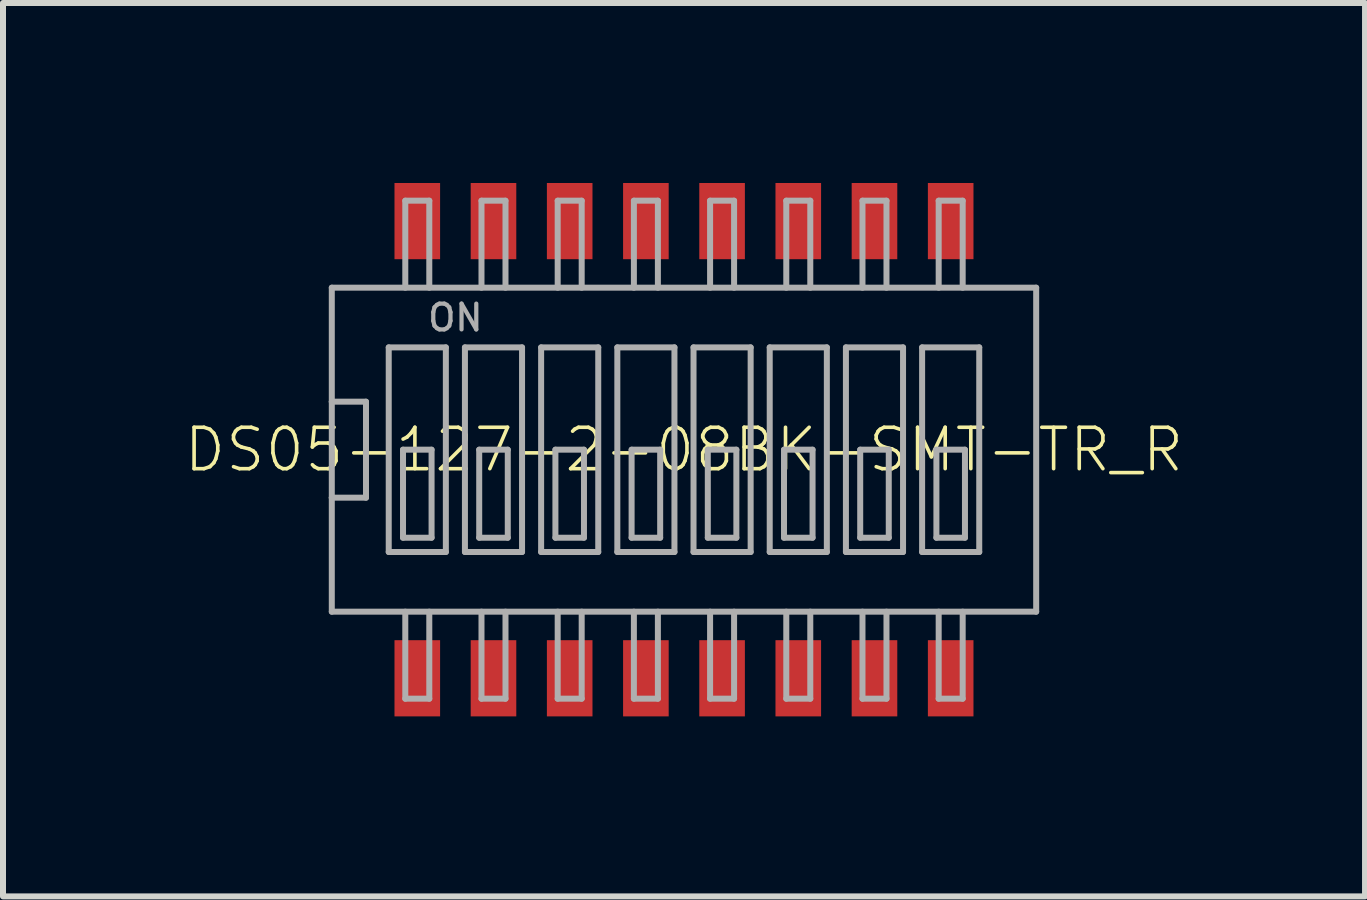
<source format=kicad_pcb>
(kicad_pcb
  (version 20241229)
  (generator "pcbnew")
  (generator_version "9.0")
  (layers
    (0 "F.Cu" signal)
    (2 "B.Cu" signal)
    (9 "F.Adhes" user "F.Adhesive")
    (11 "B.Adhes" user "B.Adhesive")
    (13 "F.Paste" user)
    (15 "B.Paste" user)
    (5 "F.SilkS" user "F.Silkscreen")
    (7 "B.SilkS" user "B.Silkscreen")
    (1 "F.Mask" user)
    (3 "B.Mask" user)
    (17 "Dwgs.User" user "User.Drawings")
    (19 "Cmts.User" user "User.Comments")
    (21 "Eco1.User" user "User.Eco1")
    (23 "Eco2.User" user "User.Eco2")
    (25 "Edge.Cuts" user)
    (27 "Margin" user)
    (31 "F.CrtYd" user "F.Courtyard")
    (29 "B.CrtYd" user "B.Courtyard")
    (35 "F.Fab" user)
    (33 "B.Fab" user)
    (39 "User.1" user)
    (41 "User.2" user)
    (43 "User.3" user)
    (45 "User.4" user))
  (footprint "DS05-127-2-08BK-SMT-TR_R"
    (layer "F.Cu")
    (at 8.35 4.445)
    (property "Reference" "DS05-127-2-08BK-SMT-TR_R" (at 0 0 0) (unlocked yes) (layer "F.SilkS") (effects (font (size 0.69 0.69) (thickness 0.06))))
    (fp_poly (pts (xy -4.065 -3.175) (xy -4.825 -3.175) (xy -4.825 -4.445) (xy -4.065 -4.445)) (stroke (width 0) (type default)) (fill yes) (layer "F.Paste"))
    (fp_poly (pts (xy -4.065 4.445) (xy -4.825 4.445) (xy -4.825 3.175) (xy -4.065 3.175)) (stroke (width 0) (type default)) (fill yes) (layer "F.Paste"))
    (fp_poly (pts (xy -2.795 -3.175) (xy -3.555 -3.175) (xy -3.555 -4.445) (xy -2.795 -4.445)) (stroke (width 0) (type default)) (fill yes) (layer "F.Paste"))
    (fp_poly (pts (xy -2.795 4.445) (xy -3.555 4.445) (xy -3.555 3.175) (xy -2.795 3.175)) (stroke (width 0) (type default)) (fill yes) (layer "F.Paste"))
    (fp_poly (pts (xy -1.525 -3.175) (xy -2.285 -3.175) (xy -2.285 -4.445) (xy -1.525 -4.445)) (stroke (width 0) (type default)) (fill yes) (layer "F.Paste"))
    (fp_poly (pts (xy -1.525 4.445) (xy -2.285 4.445) (xy -2.285 3.175) (xy -1.525 3.175)) (stroke (width 0) (type default)) (fill yes) (layer "F.Paste"))
    (fp_poly (pts (xy -0.255 -3.175) (xy -1.015 -3.175) (xy -1.015 -4.445) (xy -0.255 -4.445)) (stroke (width 0) (type default)) (fill yes) (layer "F.Paste"))
    (fp_poly (pts (xy -0.255 4.445) (xy -1.015 4.445) (xy -1.015 3.175) (xy -0.255 3.175)) (stroke (width 0) (type default)) (fill yes) (layer "F.Paste"))
    (fp_poly (pts (xy 1.015 -3.175) (xy 0.255 -3.175) (xy 0.255 -4.445) (xy 1.015 -4.445)) (stroke (width 0) (type default)) (fill yes) (layer "F.Paste"))
    (fp_poly (pts (xy 1.015 4.445) (xy 0.255 4.445) (xy 0.255 3.175) (xy 1.015 3.175)) (stroke (width 0) (type default)) (fill yes) (layer "F.Paste"))
    (fp_poly (pts (xy 2.285 -3.175) (xy 1.525 -3.175) (xy 1.525 -4.445) (xy 2.285 -4.445)) (stroke (width 0) (type default)) (fill yes) (layer "F.Paste"))
    (fp_poly (pts (xy 2.285 4.445) (xy 1.525 4.445) (xy 1.525 3.175) (xy 2.285 3.175)) (stroke (width 0) (type default)) (fill yes) (layer "F.Paste"))
    (fp_poly (pts (xy 3.555 -3.175) (xy 2.795 -3.175) (xy 2.795 -4.445) (xy 3.555 -4.445)) (stroke (width 0) (type default)) (fill yes) (layer "F.Paste"))
    (fp_poly (pts (xy 3.555 4.445) (xy 2.795 4.445) (xy 2.795 3.175) (xy 3.555 3.175)) (stroke (width 0) (type default)) (fill yes) (layer "F.Paste"))
    (fp_poly (pts (xy 4.825 -3.175) (xy 4.065 -3.175) (xy 4.065 -4.445) (xy 4.825 -4.445)) (stroke (width 0) (type default)) (fill yes) (layer "F.Paste"))
    (fp_poly (pts (xy 4.825 4.445) (xy 4.065 4.445) (xy 4.065 3.175) (xy 4.825 3.175)) (stroke (width 0) (type default)) (fill yes) (layer "F.Paste"))
    (fp_line (start -5.87 -2.7) (end 5.87 -2.7) (stroke (width 0.1) (type solid)) (layer "F.Fab"))
    (fp_line (start -5.87 -0.8) (end -5.87 -2.7) (stroke (width 0.1) (type solid)) (layer "F.Fab"))
    (fp_line (start -5.87 -0.8) (end -5.3 -0.8) (stroke (width 0.1) (type solid)) (layer "F.Fab"))
    (fp_line (start -5.87 0.8) (end -5.87 -0.8) (stroke (width 0.1) (type solid)) (layer "F.Fab"))
    (fp_line (start -5.87 2.7) (end -5.87 0.8) (stroke (width 0.1) (type solid)) (layer "F.Fab"))
    (fp_line (start -5.3 -0.8) (end -5.3 0.8) (stroke (width 0.1) (type solid)) (layer "F.Fab"))
    (fp_line (start -5.3 0.8) (end -5.87 0.8) (stroke (width 0.1) (type solid)) (layer "F.Fab"))
    (fp_line (start -4.921 -1.705) (end -3.969 -1.705) (stroke (width 0.1) (type solid)) (layer "F.Fab"))
    (fp_line (start -4.921 1.705) (end -4.921 -1.705) (stroke (width 0.1) (type solid)) (layer "F.Fab"))
    (fp_line (start -4.683 0) (end -4.207 0) (stroke (width 0.1) (type solid)) (layer "F.Fab"))
    (fp_line (start -4.683 1.467) (end -4.683 0) (stroke (width 0.1) (type solid)) (layer "F.Fab"))
    (fp_line (start -4.645 -4.15) (end -4.245 -4.15) (stroke (width 0.1) (type solid)) (layer "F.Fab"))
    (fp_line (start -4.645 -2.7) (end -4.645 -4.15) (stroke (width 0.1) (type solid)) (layer "F.Fab"))
    (fp_line (start -4.645 2.7) (end -4.645 4.15) (stroke (width 0.1) (type solid)) (layer "F.Fab"))
    (fp_line (start -4.245 -2.7) (end -4.245 -4.15) (stroke (width 0.1) (type solid)) (layer "F.Fab"))
    (fp_line (start -4.245 2.7) (end -4.245 4.15) (stroke (width 0.1) (type solid)) (layer "F.Fab"))
    (fp_line (start -4.245 4.15) (end -4.645 4.15) (stroke (width 0.1) (type solid)) (layer "F.Fab"))
    (fp_line (start -4.207 0) (end -4.207 1.467) (stroke (width 0.1) (type solid)) (layer "F.Fab"))
    (fp_line (start -4.207 1.467) (end -4.683 1.467) (stroke (width 0.1) (type solid)) (layer "F.Fab"))
    (fp_line (start -3.969 -1.705) (end -3.969 1.705) (stroke (width 0.1) (type solid)) (layer "F.Fab"))
    (fp_line (start -3.969 1.705) (end -4.921 1.705) (stroke (width 0.1) (type solid)) (layer "F.Fab"))
    (fp_line (start -3.651 -1.705) (end -2.699 -1.705) (stroke (width 0.1) (type solid)) (layer "F.Fab"))
    (fp_line (start -3.651 1.705) (end -3.651 -1.705) (stroke (width 0.1) (type solid)) (layer "F.Fab"))
    (fp_line (start -3.413 0) (end -2.937 0) (stroke (width 0.1) (type solid)) (layer "F.Fab"))
    (fp_line (start -3.413 1.467) (end -3.413 0) (stroke (width 0.1) (type solid)) (layer "F.Fab"))
    (fp_line (start -3.375 -4.15) (end -2.975 -4.15) (stroke (width 0.1) (type solid)) (layer "F.Fab"))
    (fp_line (start -3.375 -2.7) (end -3.375 -4.15) (stroke (width 0.1) (type solid)) (layer "F.Fab"))
    (fp_line (start -3.375 2.7) (end -3.375 4.15) (stroke (width 0.1) (type solid)) (layer "F.Fab"))
    (fp_line (start -2.975 -2.7) (end -2.975 -4.15) (stroke (width 0.1) (type solid)) (layer "F.Fab"))
    (fp_line (start -2.975 2.7) (end -2.975 4.15) (stroke (width 0.1) (type solid)) (layer "F.Fab"))
    (fp_line (start -2.975 4.15) (end -3.375 4.15) (stroke (width 0.1) (type solid)) (layer "F.Fab"))
    (fp_line (start -2.937 0) (end -2.937 1.467) (stroke (width 0.1) (type solid)) (layer "F.Fab"))
    (fp_line (start -2.937 1.467) (end -3.413 1.467) (stroke (width 0.1) (type solid)) (layer "F.Fab"))
    (fp_line (start -2.699 -1.705) (end -2.699 1.705) (stroke (width 0.1) (type solid)) (layer "F.Fab"))
    (fp_line (start -2.699 1.705) (end -3.651 1.705) (stroke (width 0.1) (type solid)) (layer "F.Fab"))
    (fp_line (start -2.381 -1.705) (end -1.429 -1.705) (stroke (width 0.1) (type solid)) (layer "F.Fab"))
    (fp_line (start -2.381 1.705) (end -2.381 -1.705) (stroke (width 0.1) (type solid)) (layer "F.Fab"))
    (fp_line (start -2.143 0) (end -1.667 0) (stroke (width 0.1) (type solid)) (layer "F.Fab"))
    (fp_line (start -2.143 1.467) (end -2.143 0) (stroke (width 0.1) (type solid)) (layer "F.Fab"))
    (fp_line (start -2.105 -4.15) (end -1.705 -4.15) (stroke (width 0.1) (type solid)) (layer "F.Fab"))
    (fp_line (start -2.105 -2.7) (end -2.105 -4.15) (stroke (width 0.1) (type solid)) (layer "F.Fab"))
    (fp_line (start -2.105 2.7) (end -2.105 4.15) (stroke (width 0.1) (type solid)) (layer "F.Fab"))
    (fp_line (start -1.705 -2.7) (end -1.705 -4.15) (stroke (width 0.1) (type solid)) (layer "F.Fab"))
    (fp_line (start -1.705 2.7) (end -1.705 4.15) (stroke (width 0.1) (type solid)) (layer "F.Fab"))
    (fp_line (start -1.705 4.15) (end -2.105 4.15) (stroke (width 0.1) (type solid)) (layer "F.Fab"))
    (fp_line (start -1.667 0) (end -1.667 1.467) (stroke (width 0.1) (type solid)) (layer "F.Fab"))
    (fp_line (start -1.667 1.467) (end -2.143 1.467) (stroke (width 0.1) (type solid)) (layer "F.Fab"))
    (fp_line (start -1.429 -1.705) (end -1.429 1.705) (stroke (width 0.1) (type solid)) (layer "F.Fab"))
    (fp_line (start -1.429 1.705) (end -2.381 1.705) (stroke (width 0.1) (type solid)) (layer "F.Fab"))
    (fp_line (start -1.111 -1.705) (end -0.159 -1.705) (stroke (width 0.1) (type solid)) (layer "F.Fab"))
    (fp_line (start -1.111 1.705) (end -1.111 -1.705) (stroke (width 0.1) (type solid)) (layer "F.Fab"))
    (fp_line (start -0.873 0) (end -0.397 0) (stroke (width 0.1) (type solid)) (layer "F.Fab"))
    (fp_line (start -0.873 1.467) (end -0.873 0) (stroke (width 0.1) (type solid)) (layer "F.Fab"))
    (fp_line (start -0.835 -4.15) (end -0.435 -4.15) (stroke (width 0.1) (type solid)) (layer "F.Fab"))
    (fp_line (start -0.835 -2.7) (end -0.835 -4.15) (stroke (width 0.1) (type solid)) (layer "F.Fab"))
    (fp_line (start -0.835 2.7) (end -0.835 4.15) (stroke (width 0.1) (type solid)) (layer "F.Fab"))
    (fp_line (start -0.435 -2.7) (end -0.435 -4.15) (stroke (width 0.1) (type solid)) (layer "F.Fab"))
    (fp_line (start -0.435 2.7) (end -0.435 4.15) (stroke (width 0.1) (type solid)) (layer "F.Fab"))
    (fp_line (start -0.435 4.15) (end -0.835 4.15) (stroke (width 0.1) (type solid)) (layer "F.Fab"))
    (fp_line (start -0.397 0) (end -0.397 1.467) (stroke (width 0.1) (type solid)) (layer "F.Fab"))
    (fp_line (start -0.397 1.467) (end -0.873 1.467) (stroke (width 0.1) (type solid)) (layer "F.Fab"))
    (fp_line (start -0.159 -1.705) (end -0.159 1.705) (stroke (width 0.1) (type solid)) (layer "F.Fab"))
    (fp_line (start -0.159 1.705) (end -1.111 1.705) (stroke (width 0.1) (type solid)) (layer "F.Fab"))
    (fp_line (start 0.159 -1.705) (end 1.111 -1.705) (stroke (width 0.1) (type solid)) (layer "F.Fab"))
    (fp_line (start 0.159 1.705) (end 0.159 -1.705) (stroke (width 0.1) (type solid)) (layer "F.Fab"))
    (fp_line (start 0.397 0) (end 0.873 0) (stroke (width 0.1) (type solid)) (layer "F.Fab"))
    (fp_line (start 0.397 1.467) (end 0.397 0) (stroke (width 0.1) (type solid)) (layer "F.Fab"))
    (fp_line (start 0.435 -4.15) (end 0.835 -4.15) (stroke (width 0.1) (type solid)) (layer "F.Fab"))
    (fp_line (start 0.435 -2.7) (end 0.435 -4.15) (stroke (width 0.1) (type solid)) (layer "F.Fab"))
    (fp_line (start 0.435 2.7) (end 0.435 4.15) (stroke (width 0.1) (type solid)) (layer "F.Fab"))
    (fp_line (start 0.835 -2.7) (end 0.835 -4.15) (stroke (width 0.1) (type solid)) (layer "F.Fab"))
    (fp_line (start 0.835 2.7) (end 0.835 4.15) (stroke (width 0.1) (type solid)) (layer "F.Fab"))
    (fp_line (start 0.835 4.15) (end 0.435 4.15) (stroke (width 0.1) (type solid)) (layer "F.Fab"))
    (fp_line (start 0.873 0) (end 0.873 1.467) (stroke (width 0.1) (type solid)) (layer "F.Fab"))
    (fp_line (start 0.873 1.467) (end 0.397 1.467) (stroke (width 0.1) (type solid)) (layer "F.Fab"))
    (fp_line (start 1.111 -1.705) (end 1.111 1.705) (stroke (width 0.1) (type solid)) (layer "F.Fab"))
    (fp_line (start 1.111 1.705) (end 0.159 1.705) (stroke (width 0.1) (type solid)) (layer "F.Fab"))
    (fp_line (start 1.429 -1.705) (end 2.381 -1.705) (stroke (width 0.1) (type solid)) (layer "F.Fab"))
    (fp_line (start 1.429 1.705) (end 1.429 -1.705) (stroke (width 0.1) (type solid)) (layer "F.Fab"))
    (fp_line (start 1.667 0) (end 2.143 0) (stroke (width 0.1) (type solid)) (layer "F.Fab"))
    (fp_line (start 1.667 1.467) (end 1.667 0) (stroke (width 0.1) (type solid)) (layer "F.Fab"))
    (fp_line (start 1.705 -4.15) (end 2.105 -4.15) (stroke (width 0.1) (type solid)) (layer "F.Fab"))
    (fp_line (start 1.705 -2.7) (end 1.705 -4.15) (stroke (width 0.1) (type solid)) (layer "F.Fab"))
    (fp_line (start 1.705 2.7) (end 1.705 4.15) (stroke (width 0.1) (type solid)) (layer "F.Fab"))
    (fp_line (start 2.105 -2.7) (end 2.105 -4.15) (stroke (width 0.1) (type solid)) (layer "F.Fab"))
    (fp_line (start 2.105 2.7) (end 2.105 4.15) (stroke (width 0.1) (type solid)) (layer "F.Fab"))
    (fp_line (start 2.105 4.15) (end 1.705 4.15) (stroke (width 0.1) (type solid)) (layer "F.Fab"))
    (fp_line (start 2.143 0) (end 2.143 1.467) (stroke (width 0.1) (type solid)) (layer "F.Fab"))
    (fp_line (start 2.143 1.467) (end 1.667 1.467) (stroke (width 0.1) (type solid)) (layer "F.Fab"))
    (fp_line (start 2.381 -1.705) (end 2.381 1.705) (stroke (width 0.1) (type solid)) (layer "F.Fab"))
    (fp_line (start 2.381 1.705) (end 1.429 1.705) (stroke (width 0.1) (type solid)) (layer "F.Fab"))
    (fp_line (start 2.699 -1.705) (end 3.651 -1.705) (stroke (width 0.1) (type solid)) (layer "F.Fab"))
    (fp_line (start 2.699 1.705) (end 2.699 -1.705) (stroke (width 0.1) (type solid)) (layer "F.Fab"))
    (fp_line (start 2.937 0) (end 3.413 0) (stroke (width 0.1) (type solid)) (layer "F.Fab"))
    (fp_line (start 2.937 1.467) (end 2.937 0) (stroke (width 0.1) (type solid)) (layer "F.Fab"))
    (fp_line (start 2.975 -4.15) (end 3.375 -4.15) (stroke (width 0.1) (type solid)) (layer "F.Fab"))
    (fp_line (start 2.975 -2.7) (end 2.975 -4.15) (stroke (width 0.1) (type solid)) (layer "F.Fab"))
    (fp_line (start 2.975 2.7) (end 2.975 4.15) (stroke (width 0.1) (type solid)) (layer "F.Fab"))
    (fp_line (start 3.375 -2.7) (end 3.375 -4.15) (stroke (width 0.1) (type solid)) (layer "F.Fab"))
    (fp_line (start 3.375 2.7) (end 3.375 4.15) (stroke (width 0.1) (type solid)) (layer "F.Fab"))
    (fp_line (start 3.375 4.15) (end 2.975 4.15) (stroke (width 0.1) (type solid)) (layer "F.Fab"))
    (fp_line (start 3.413 0) (end 3.413 1.467) (stroke (width 0.1) (type solid)) (layer "F.Fab"))
    (fp_line (start 3.413 1.467) (end 2.937 1.467) (stroke (width 0.1) (type solid)) (layer "F.Fab"))
    (fp_line (start 3.651 -1.705) (end 3.651 1.705) (stroke (width 0.1) (type solid)) (layer "F.Fab"))
    (fp_line (start 3.651 1.705) (end 2.699 1.705) (stroke (width 0.1) (type solid)) (layer "F.Fab"))
    (fp_line (start 3.969 -1.705) (end 4.921 -1.705) (stroke (width 0.1) (type solid)) (layer "F.Fab"))
    (fp_line (start 3.969 1.705) (end 3.969 -1.705) (stroke (width 0.1) (type solid)) (layer "F.Fab"))
    (fp_line (start 4.207 0) (end 4.683 0) (stroke (width 0.1) (type solid)) (layer "F.Fab"))
    (fp_line (start 4.207 1.467) (end 4.207 0) (stroke (width 0.1) (type solid)) (layer "F.Fab"))
    (fp_line (start 4.245 -4.15) (end 4.645 -4.15) (stroke (width 0.1) (type solid)) (layer "F.Fab"))
    (fp_line (start 4.245 -2.7) (end 4.245 -4.15) (stroke (width 0.1) (type solid)) (layer "F.Fab"))
    (fp_line (start 4.245 2.7) (end 4.245 4.15) (stroke (width 0.1) (type solid)) (layer "F.Fab"))
    (fp_line (start 4.645 -2.7) (end 4.645 -4.15) (stroke (width 0.1) (type solid)) (layer "F.Fab"))
    (fp_line (start 4.645 2.7) (end 4.645 4.15) (stroke (width 0.1) (type solid)) (layer "F.Fab"))
    (fp_line (start 4.645 4.15) (end 4.245 4.15) (stroke (width 0.1) (type solid)) (layer "F.Fab"))
    (fp_line (start 4.683 0) (end 4.683 1.467) (stroke (width 0.1) (type solid)) (layer "F.Fab"))
    (fp_line (start 4.683 1.467) (end 4.207 1.467) (stroke (width 0.1) (type solid)) (layer "F.Fab"))
    (fp_line (start 4.921 -1.705) (end 4.921 1.705) (stroke (width 0.1) (type solid)) (layer "F.Fab"))
    (fp_line (start 4.921 1.705) (end 3.969 1.705) (stroke (width 0.1) (type solid)) (layer "F.Fab"))
    (fp_line (start 5.87 -2.7) (end 5.87 2.7) (stroke (width 0.1) (type solid)) (layer "F.Fab"))
    (fp_line (start 5.87 2.7) (end -5.87 2.7) (stroke (width 0.1) (type solid)) (layer "F.Fab"))
    (fp_text user "ON" (at -3.81 -2.2 0) (layer "F.Fab") (effects (font (size 0.43 0.43) (thickness 0.07))))
    (pad "1A" smd rect (at -4.445 3.81) (size 0.76 1.27) (layers "F.Cu" "F.Mask"))
    (pad "1B" smd rect (at -4.445 -3.81) (size 0.76 1.27) (layers "F.Cu" "F.Mask"))
    (pad "2A" smd rect (at -3.175 3.81) (size 0.76 1.27) (layers "F.Cu" "F.Mask"))
    (pad "2B" smd rect (at -3.175 -3.81) (size 0.76 1.27) (layers "F.Cu" "F.Mask"))
    (pad "3A" smd rect (at -1.905 3.81) (size 0.76 1.27) (layers "F.Cu" "F.Mask"))
    (pad "3B" smd rect (at -1.905 -3.81) (size 0.76 1.27) (layers "F.Cu" "F.Mask"))
    (pad "4A" smd rect (at -0.635 3.81) (size 0.76 1.27) (layers "F.Cu" "F.Mask"))
    (pad "4B" smd rect (at -0.635 -3.81) (size 0.76 1.27) (layers "F.Cu" "F.Mask"))
    (pad "5A" smd rect (at 0.635 3.81) (size 0.76 1.27) (layers "F.Cu" "F.Mask"))
    (pad "5B" smd rect (at 0.635 -3.81) (size 0.76 1.27) (layers "F.Cu" "F.Mask"))
    (pad "6A" smd rect (at 1.905 3.81) (size 0.76 1.27) (layers "F.Cu" "F.Mask"))
    (pad "6B" smd rect (at 1.905 -3.81) (size 0.76 1.27) (layers "F.Cu" "F.Mask"))
    (pad "7A" smd rect (at 3.175 3.81) (size 0.76 1.27) (layers "F.Cu" "F.Mask"))
    (pad "7B" smd rect (at 3.175 -3.81) (size 0.76 1.27) (layers "F.Cu" "F.Mask"))
    (pad "8A" smd rect (at 4.445 3.81) (size 0.76 1.27) (layers "F.Cu" "F.Mask"))
    (pad "8B" smd rect (at 4.445 -3.81) (size 0.76 1.27) (layers "F.Cu" "F.Mask")))
  (gr_rect
    (start -3 -3)
    (end 19.701 11.89)
    (stroke (width 0.1) (type default))
    (fill no)
    (layer "Edge.Cuts")))
</source>
